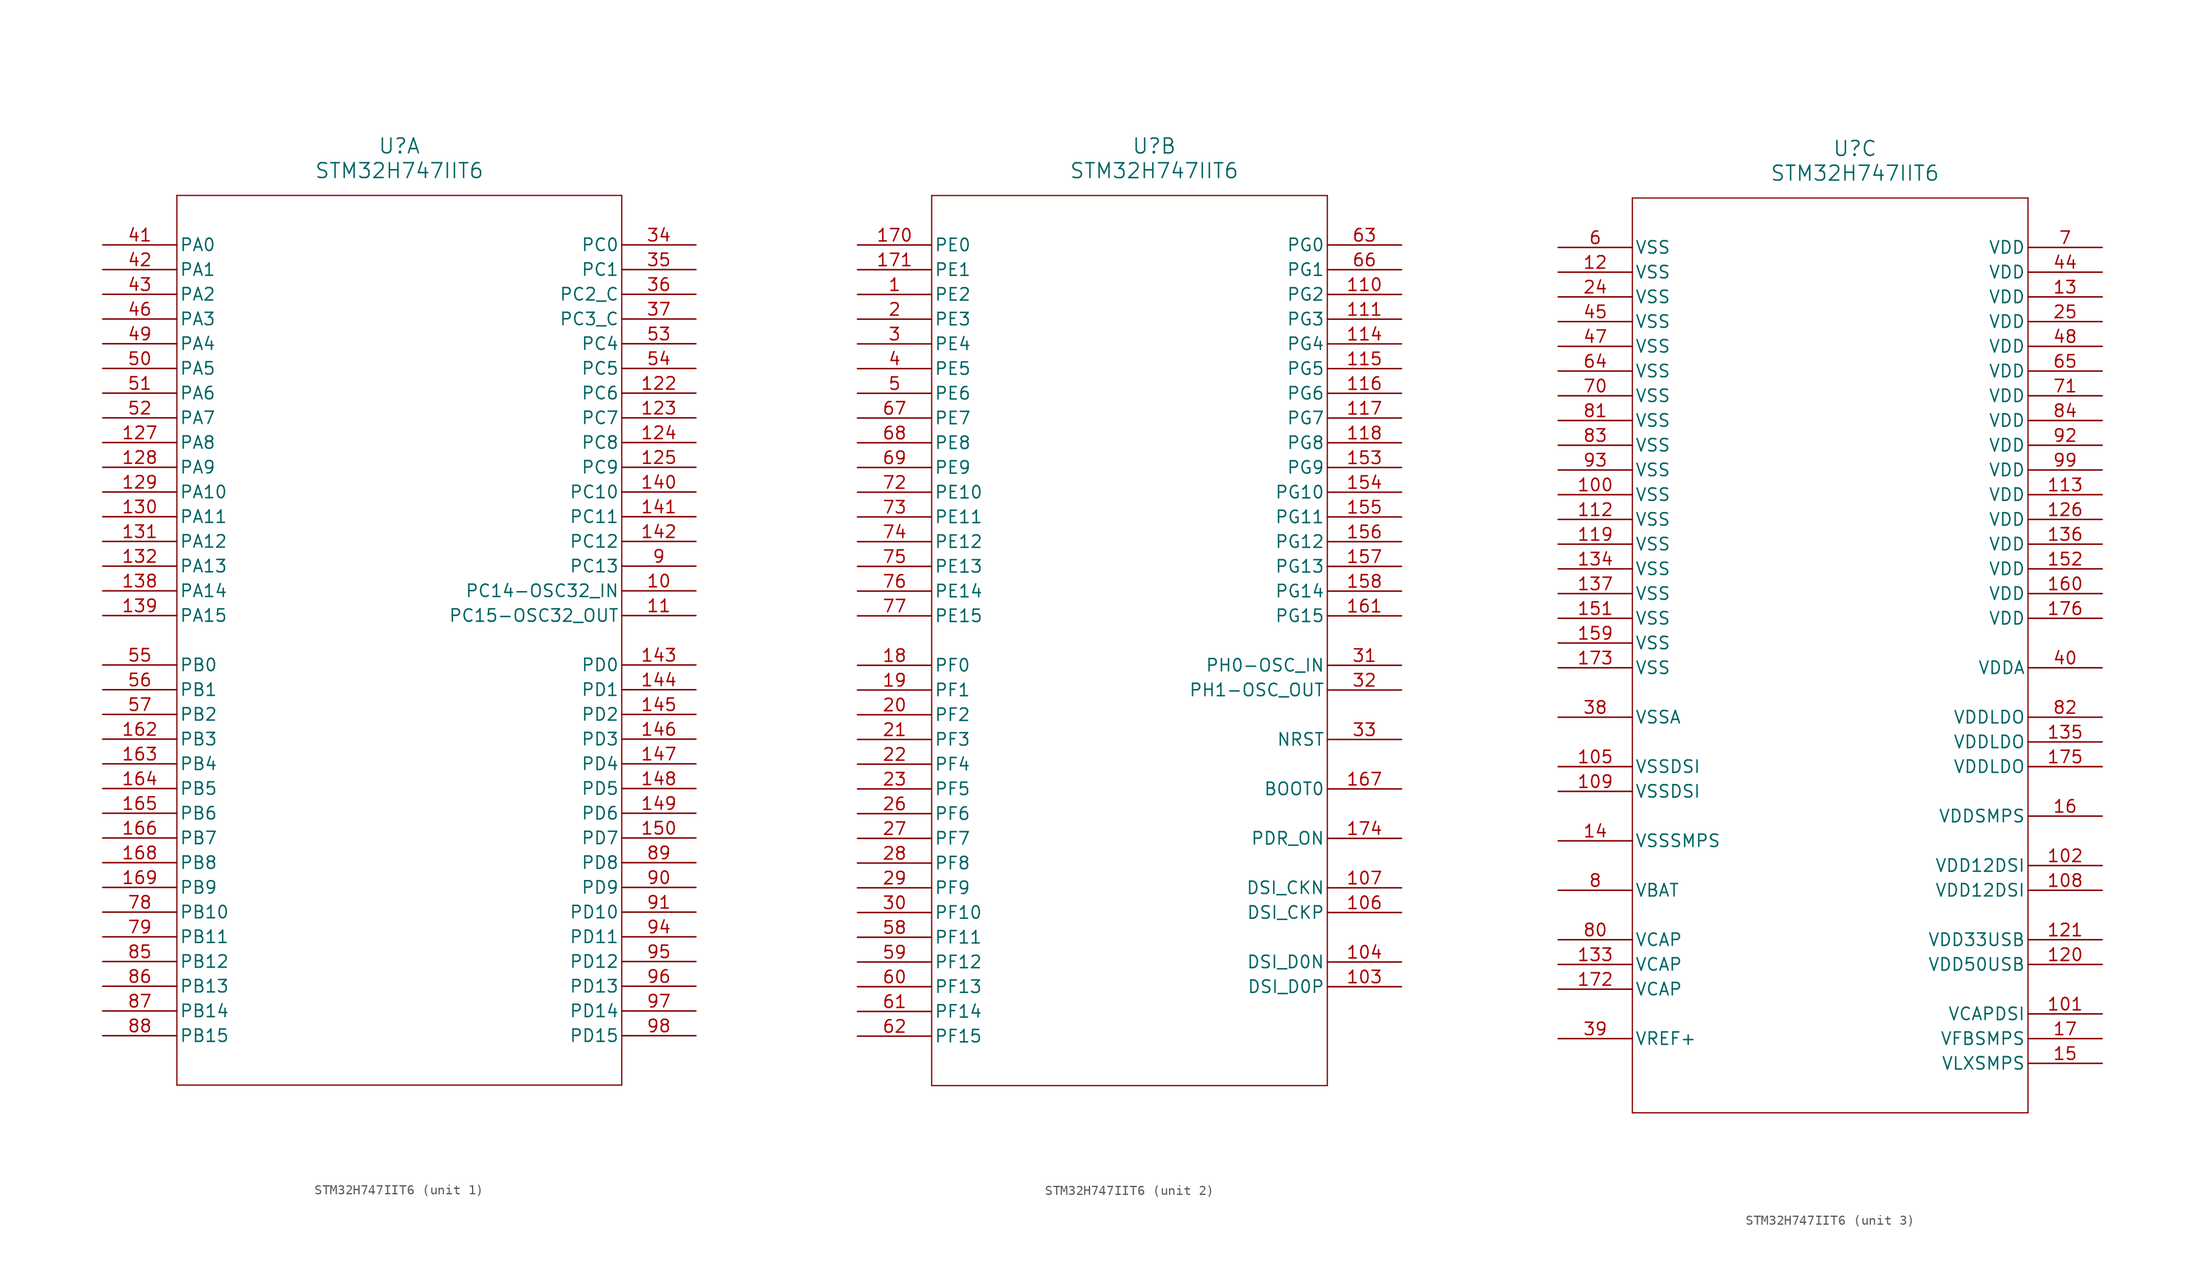
<source format=kicad_sym>
(kicad_symbol_lib
  (version 20211014)
  (generator kicad_symbol_editor)
  (symbol "STM32H747IIT6"
    (pin_names
      (offset 0.254))
    (property "Reference" "U"
      (at 30.48 10.16 0)
      (effects (font (size 1.524 1.524))))
    (property "Value" "STM32H747IIT6"
      (at 30.48 7.62 0)
      (effects (font (size 1.524 1.524))))
    (symbol "STM32H747IIT6_1_1"
      (polyline (pts (xy 7.62 5.08) (xy 7.62 -86.36)) (stroke (width 0.127) (type default) (color 0 0 0 0)) (fill (type none)))
      (polyline (pts (xy 7.62 -86.36) (xy 53.34 -86.36)) (stroke (width 0.127) (type default) (color 0 0 0 0)) (fill (type none)))
      (polyline (pts (xy 53.34 -86.36) (xy 53.34 5.08)) (stroke (width 0.127) (type default) (color 0 0 0 0)) (fill (type none)))
      (polyline (pts (xy 53.34 5.08) (xy 7.62 5.08)) (stroke (width 0.127) (type default) (color 0 0 0 0)) (fill (type none)))
      (pin bidirectional line (at 60.96 -33.02 180) (length 7.62) (name "PC13" (effects (font (size 1.27 1.27)))) (number "9" (effects (font (size 1.27 1.27)))))
      (pin bidirectional line (at 60.96 -35.56 180) (length 7.62) (name "PC14-OSC32_IN" (effects (font (size 1.27 1.27)))) (number "10" (effects (font (size 1.27 1.27)))))
      (pin bidirectional line (at 60.96 -38.1 180) (length 7.62) (name "PC15-OSC32_OUT" (effects (font (size 1.27 1.27)))) (number "11" (effects (font (size 1.27 1.27)))))
      (pin bidirectional line (at 60.96 0 180) (length 7.62) (name "PC0" (effects (font (size 1.27 1.27)))) (number "34" (effects (font (size 1.27 1.27)))))
      (pin bidirectional line (at 60.96 -2.54 180) (length 7.62) (name "PC1" (effects (font (size 1.27 1.27)))) (number "35" (effects (font (size 1.27 1.27)))))
      (pin bidirectional line (at 60.96 -5.08 180) (length 7.62) (name "PC2_C" (effects (font (size 1.27 1.27)))) (number "36" (effects (font (size 1.27 1.27)))))
      (pin bidirectional line (at 60.96 -7.62 180) (length 7.62) (name "PC3_C" (effects (font (size 1.27 1.27)))) (number "37" (effects (font (size 1.27 1.27)))))
      (pin bidirectional line (at 0 0 0) (length 7.62) (name "PA0" (effects (font (size 1.27 1.27)))) (number "41" (effects (font (size 1.27 1.27)))))
      (pin bidirectional line (at 0 -2.54 0) (length 7.62) (name "PA1" (effects (font (size 1.27 1.27)))) (number "42" (effects (font (size 1.27 1.27)))))
      (pin bidirectional line (at 0 -5.08 0) (length 7.62) (name "PA2" (effects (font (size 1.27 1.27)))) (number "43" (effects (font (size 1.27 1.27)))))
      (pin bidirectional line (at 0 -7.62 0) (length 7.62) (name "PA3" (effects (font (size 1.27 1.27)))) (number "46" (effects (font (size 1.27 1.27)))))
      (pin bidirectional line (at 0 -10.16 0) (length 7.62) (name "PA4" (effects (font (size 1.27 1.27)))) (number "49" (effects (font (size 1.27 1.27)))))
      (pin bidirectional line (at 0 -12.7 0) (length 7.62) (name "PA5" (effects (font (size 1.27 1.27)))) (number "50" (effects (font (size 1.27 1.27)))))
      (pin bidirectional line (at 0 -15.24 0) (length 7.62) (name "PA6" (effects (font (size 1.27 1.27)))) (number "51" (effects (font (size 1.27 1.27)))))
      (pin bidirectional line (at 0 -17.78 0) (length 7.62) (name "PA7" (effects (font (size 1.27 1.27)))) (number "52" (effects (font (size 1.27 1.27)))))
      (pin bidirectional line (at 60.96 -10.16 180) (length 7.62) (name "PC4" (effects (font (size 1.27 1.27)))) (number "53" (effects (font (size 1.27 1.27)))))
      (pin bidirectional line (at 60.96 -12.7 180) (length 7.62) (name "PC5" (effects (font (size 1.27 1.27)))) (number "54" (effects (font (size 1.27 1.27)))))
      (pin bidirectional line (at 0 -43.18 0) (length 7.62) (name "PB0" (effects (font (size 1.27 1.27)))) (number "55" (effects (font (size 1.27 1.27)))))
      (pin bidirectional line (at 0 -45.72 0) (length 7.62) (name "PB1" (effects (font (size 1.27 1.27)))) (number "56" (effects (font (size 1.27 1.27)))))
      (pin bidirectional line (at 0 -48.26 0) (length 7.62) (name "PB2" (effects (font (size 1.27 1.27)))) (number "57" (effects (font (size 1.27 1.27)))))
      (pin bidirectional line (at 0 -68.58 0) (length 7.62) (name "PB10" (effects (font (size 1.27 1.27)))) (number "78" (effects (font (size 1.27 1.27)))))
      (pin bidirectional line (at 0 -71.12 0) (length 7.62) (name "PB11" (effects (font (size 1.27 1.27)))) (number "79" (effects (font (size 1.27 1.27)))))
      (pin bidirectional line (at 0 -73.66 0) (length 7.62) (name "PB12" (effects (font (size 1.27 1.27)))) (number "85" (effects (font (size 1.27 1.27)))))
      (pin bidirectional line (at 0 -76.2 0) (length 7.62) (name "PB13" (effects (font (size 1.27 1.27)))) (number "86" (effects (font (size 1.27 1.27)))))
      (pin bidirectional line (at 0 -78.74 0) (length 7.62) (name "PB14" (effects (font (size 1.27 1.27)))) (number "87" (effects (font (size 1.27 1.27)))))
      (pin bidirectional line (at 0 -81.28 0) (length 7.62) (name "PB15" (effects (font (size 1.27 1.27)))) (number "88" (effects (font (size 1.27 1.27)))))
      (pin bidirectional line (at 60.96 -63.5 180) (length 7.62) (name "PD8" (effects (font (size 1.27 1.27)))) (number "89" (effects (font (size 1.27 1.27)))))
      (pin bidirectional line (at 60.96 -66.04 180) (length 7.62) (name "PD9" (effects (font (size 1.27 1.27)))) (number "90" (effects (font (size 1.27 1.27)))))
      (pin bidirectional line (at 60.96 -68.58 180) (length 7.62) (name "PD10" (effects (font (size 1.27 1.27)))) (number "91" (effects (font (size 1.27 1.27)))))
      (pin bidirectional line (at 60.96 -71.12 180) (length 7.62) (name "PD11" (effects (font (size 1.27 1.27)))) (number "94" (effects (font (size 1.27 1.27)))))
      (pin bidirectional line (at 60.96 -73.66 180) (length 7.62) (name "PD12" (effects (font (size 1.27 1.27)))) (number "95" (effects (font (size 1.27 1.27)))))
      (pin bidirectional line (at 60.96 -76.2 180) (length 7.62) (name "PD13" (effects (font (size 1.27 1.27)))) (number "96" (effects (font (size 1.27 1.27)))))
      (pin bidirectional line (at 60.96 -78.74 180) (length 7.62) (name "PD14" (effects (font (size 1.27 1.27)))) (number "97" (effects (font (size 1.27 1.27)))))
      (pin bidirectional line (at 60.96 -81.28 180) (length 7.62) (name "PD15" (effects (font (size 1.27 1.27)))) (number "98" (effects (font (size 1.27 1.27)))))
      (pin bidirectional line (at 60.96 -15.24 180) (length 7.62) (name "PC6" (effects (font (size 1.27 1.27)))) (number "122" (effects (font (size 1.27 1.27)))))
      (pin bidirectional line (at 60.96 -17.78 180) (length 7.62) (name "PC7" (effects (font (size 1.27 1.27)))) (number "123" (effects (font (size 1.27 1.27)))))
      (pin bidirectional line (at 60.96 -20.32 180) (length 7.62) (name "PC8" (effects (font (size 1.27 1.27)))) (number "124" (effects (font (size 1.27 1.27)))))
      (pin bidirectional line (at 60.96 -22.86 180) (length 7.62) (name "PC9" (effects (font (size 1.27 1.27)))) (number "125" (effects (font (size 1.27 1.27)))))
      (pin bidirectional line (at 0 -20.32 0) (length 7.62) (name "PA8" (effects (font (size 1.27 1.27)))) (number "127" (effects (font (size 1.27 1.27)))))
      (pin bidirectional line (at 0 -22.86 0) (length 7.62) (name "PA9" (effects (font (size 1.27 1.27)))) (number "128" (effects (font (size 1.27 1.27)))))
      (pin bidirectional line (at 0 -25.4 0) (length 7.62) (name "PA10" (effects (font (size 1.27 1.27)))) (number "129" (effects (font (size 1.27 1.27)))))
      (pin bidirectional line (at 0 -27.94 0) (length 7.62) (name "PA11" (effects (font (size 1.27 1.27)))) (number "130" (effects (font (size 1.27 1.27)))))
      (pin bidirectional line (at 0 -30.48 0) (length 7.62) (name "PA12" (effects (font (size 1.27 1.27)))) (number "131" (effects (font (size 1.27 1.27)))))
      (pin bidirectional line (at 0 -33.02 0) (length 7.62) (name "PA13" (effects (font (size 1.27 1.27)))) (number "132" (effects (font (size 1.27 1.27)))))
      (pin bidirectional line (at 0 -35.56 0) (length 7.62) (name "PA14" (effects (font (size 1.27 1.27)))) (number "138" (effects (font (size 1.27 1.27)))))
      (pin bidirectional line (at 0 -38.1 0) (length 7.62) (name "PA15" (effects (font (size 1.27 1.27)))) (number "139" (effects (font (size 1.27 1.27)))))
      (pin bidirectional line (at 60.96 -25.4 180) (length 7.62) (name "PC10" (effects (font (size 1.27 1.27)))) (number "140" (effects (font (size 1.27 1.27)))))
      (pin bidirectional line (at 60.96 -27.94 180) (length 7.62) (name "PC11" (effects (font (size 1.27 1.27)))) (number "141" (effects (font (size 1.27 1.27)))))
      (pin bidirectional line (at 60.96 -30.48 180) (length 7.62) (name "PC12" (effects (font (size 1.27 1.27)))) (number "142" (effects (font (size 1.27 1.27)))))
      (pin bidirectional line (at 60.96 -43.18 180) (length 7.62) (name "PD0" (effects (font (size 1.27 1.27)))) (number "143" (effects (font (size 1.27 1.27)))))
      (pin bidirectional line (at 60.96 -45.72 180) (length 7.62) (name "PD1" (effects (font (size 1.27 1.27)))) (number "144" (effects (font (size 1.27 1.27)))))
      (pin bidirectional line (at 60.96 -48.26 180) (length 7.62) (name "PD2" (effects (font (size 1.27 1.27)))) (number "145" (effects (font (size 1.27 1.27)))))
      (pin bidirectional line (at 60.96 -50.8 180) (length 7.62) (name "PD3" (effects (font (size 1.27 1.27)))) (number "146" (effects (font (size 1.27 1.27)))))
      (pin bidirectional line (at 60.96 -53.34 180) (length 7.62) (name "PD4" (effects (font (size 1.27 1.27)))) (number "147" (effects (font (size 1.27 1.27)))))
      (pin bidirectional line (at 60.96 -55.88 180) (length 7.62) (name "PD5" (effects (font (size 1.27 1.27)))) (number "148" (effects (font (size 1.27 1.27)))))
      (pin bidirectional line (at 60.96 -58.42 180) (length 7.62) (name "PD6" (effects (font (size 1.27 1.27)))) (number "149" (effects (font (size 1.27 1.27)))))
      (pin bidirectional line (at 60.96 -60.96 180) (length 7.62) (name "PD7" (effects (font (size 1.27 1.27)))) (number "150" (effects (font (size 1.27 1.27)))))
      (pin bidirectional line (at 0 -50.8 0) (length 7.62) (name "PB3" (effects (font (size 1.27 1.27)))) (number "162" (effects (font (size 1.27 1.27)))))
      (pin bidirectional line (at 0 -53.34 0) (length 7.62) (name "PB4" (effects (font (size 1.27 1.27)))) (number "163" (effects (font (size 1.27 1.27)))))
      (pin bidirectional line (at 0 -55.88 0) (length 7.62) (name "PB5" (effects (font (size 1.27 1.27)))) (number "164" (effects (font (size 1.27 1.27)))))
      (pin bidirectional line (at 0 -58.42 0) (length 7.62) (name "PB6" (effects (font (size 1.27 1.27)))) (number "165" (effects (font (size 1.27 1.27)))))
      (pin bidirectional line (at 0 -60.96 0) (length 7.62) (name "PB7" (effects (font (size 1.27 1.27)))) (number "166" (effects (font (size 1.27 1.27)))))
      (pin bidirectional line (at 0 -63.5 0) (length 7.62) (name "PB8" (effects (font (size 1.27 1.27)))) (number "168" (effects (font (size 1.27 1.27)))))
      (pin bidirectional line (at 0 -66.04 0) (length 7.62) (name "PB9" (effects (font (size 1.27 1.27)))) (number "169" (effects (font (size 1.27 1.27))))))
    (symbol "STM32H747IIT6_2_1"
      (polyline (pts (xy 7.62 5.08) (xy 7.62 -86.36)) (stroke (width 0.127) (type default) (color 0 0 0 0)) (fill (type none)))
      (polyline (pts (xy 7.62 -86.36) (xy 48.26 -86.36)) (stroke (width 0.127) (type default) (color 0 0 0 0)) (fill (type none)))
      (polyline (pts (xy 48.26 -86.36) (xy 48.26 5.08)) (stroke (width 0.127) (type default) (color 0 0 0 0)) (fill (type none)))
      (polyline (pts (xy 48.26 5.08) (xy 7.62 5.08)) (stroke (width 0.127) (type default) (color 0 0 0 0)) (fill (type none)))
      (pin bidirectional line (at 0 -5.08 0) (length 7.62) (name "PE2" (effects (font (size 1.27 1.27)))) (number "1" (effects (font (size 1.27 1.27)))))
      (pin bidirectional line (at 0 -7.62 0) (length 7.62) (name "PE3" (effects (font (size 1.27 1.27)))) (number "2" (effects (font (size 1.27 1.27)))))
      (pin bidirectional line (at 0 -10.16 0) (length 7.62) (name "PE4" (effects (font (size 1.27 1.27)))) (number "3" (effects (font (size 1.27 1.27)))))
      (pin bidirectional line (at 0 -12.7 0) (length 7.62) (name "PE5" (effects (font (size 1.27 1.27)))) (number "4" (effects (font (size 1.27 1.27)))))
      (pin bidirectional line (at 0 -15.24 0) (length 7.62) (name "PE6" (effects (font (size 1.27 1.27)))) (number "5" (effects (font (size 1.27 1.27)))))
      (pin bidirectional line (at 0 -43.18 0) (length 7.62) (name "PF0" (effects (font (size 1.27 1.27)))) (number "18" (effects (font (size 1.27 1.27)))))
      (pin bidirectional line (at 0 -45.72 0) (length 7.62) (name "PF1" (effects (font (size 1.27 1.27)))) (number "19" (effects (font (size 1.27 1.27)))))
      (pin bidirectional line (at 0 -48.26 0) (length 7.62) (name "PF2" (effects (font (size 1.27 1.27)))) (number "20" (effects (font (size 1.27 1.27)))))
      (pin bidirectional line (at 0 -50.8 0) (length 7.62) (name "PF3" (effects (font (size 1.27 1.27)))) (number "21" (effects (font (size 1.27 1.27)))))
      (pin bidirectional line (at 0 -53.34 0) (length 7.62) (name "PF4" (effects (font (size 1.27 1.27)))) (number "22" (effects (font (size 1.27 1.27)))))
      (pin bidirectional line (at 0 -55.88 0) (length 7.62) (name "PF5" (effects (font (size 1.27 1.27)))) (number "23" (effects (font (size 1.27 1.27)))))
      (pin bidirectional line (at 0 -58.42 0) (length 7.62) (name "PF6" (effects (font (size 1.27 1.27)))) (number "26" (effects (font (size 1.27 1.27)))))
      (pin bidirectional line (at 0 -60.96 0) (length 7.62) (name "PF7" (effects (font (size 1.27 1.27)))) (number "27" (effects (font (size 1.27 1.27)))))
      (pin bidirectional line (at 0 -63.5 0) (length 7.62) (name "PF8" (effects (font (size 1.27 1.27)))) (number "28" (effects (font (size 1.27 1.27)))))
      (pin bidirectional line (at 0 -66.04 0) (length 7.62) (name "PF9" (effects (font (size 1.27 1.27)))) (number "29" (effects (font (size 1.27 1.27)))))
      (pin bidirectional line (at 0 -68.58 0) (length 7.62) (name "PF10" (effects (font (size 1.27 1.27)))) (number "30" (effects (font (size 1.27 1.27)))))
      (pin bidirectional line (at 55.88 -43.18 180) (length 7.62) (name "PH0-OSC_IN" (effects (font (size 1.27 1.27)))) (number "31" (effects (font (size 1.27 1.27)))))
      (pin bidirectional line (at 55.88 -45.72 180) (length 7.62) (name "PH1-OSC_OUT" (effects (font (size 1.27 1.27)))) (number "32" (effects (font (size 1.27 1.27)))))
      (pin bidirectional line (at 55.88 -50.8 180) (length 7.62) (name "NRST" (effects (font (size 1.27 1.27)))) (number "33" (effects (font (size 1.27 1.27)))))
      (pin bidirectional line (at 0 -71.12 0) (length 7.62) (name "PF11" (effects (font (size 1.27 1.27)))) (number "58" (effects (font (size 1.27 1.27)))))
      (pin bidirectional line (at 0 -73.66 0) (length 7.62) (name "PF12" (effects (font (size 1.27 1.27)))) (number "59" (effects (font (size 1.27 1.27)))))
      (pin bidirectional line (at 0 -76.2 0) (length 7.62) (name "PF13" (effects (font (size 1.27 1.27)))) (number "60" (effects (font (size 1.27 1.27)))))
      (pin bidirectional line (at 0 -78.74 0) (length 7.62) (name "PF14" (effects (font (size 1.27 1.27)))) (number "61" (effects (font (size 1.27 1.27)))))
      (pin bidirectional line (at 0 -81.28 0) (length 7.62) (name "PF15" (effects (font (size 1.27 1.27)))) (number "62" (effects (font (size 1.27 1.27)))))
      (pin bidirectional line (at 55.88 0 180) (length 7.62) (name "PG0" (effects (font (size 1.27 1.27)))) (number "63" (effects (font (size 1.27 1.27)))))
      (pin bidirectional line (at 55.88 -2.54 180) (length 7.62) (name "PG1" (effects (font (size 1.27 1.27)))) (number "66" (effects (font (size 1.27 1.27)))))
      (pin bidirectional line (at 0 -17.78 0) (length 7.62) (name "PE7" (effects (font (size 1.27 1.27)))) (number "67" (effects (font (size 1.27 1.27)))))
      (pin bidirectional line (at 0 -20.32 0) (length 7.62) (name "PE8" (effects (font (size 1.27 1.27)))) (number "68" (effects (font (size 1.27 1.27)))))
      (pin bidirectional line (at 0 -22.86 0) (length 7.62) (name "PE9" (effects (font (size 1.27 1.27)))) (number "69" (effects (font (size 1.27 1.27)))))
      (pin bidirectional line (at 0 -25.4 0) (length 7.62) (name "PE10" (effects (font (size 1.27 1.27)))) (number "72" (effects (font (size 1.27 1.27)))))
      (pin bidirectional line (at 0 -27.94 0) (length 7.62) (name "PE11" (effects (font (size 1.27 1.27)))) (number "73" (effects (font (size 1.27 1.27)))))
      (pin bidirectional line (at 0 -30.48 0) (length 7.62) (name "PE12" (effects (font (size 1.27 1.27)))) (number "74" (effects (font (size 1.27 1.27)))))
      (pin bidirectional line (at 0 -33.02 0) (length 7.62) (name "PE13" (effects (font (size 1.27 1.27)))) (number "75" (effects (font (size 1.27 1.27)))))
      (pin bidirectional line (at 0 -35.56 0) (length 7.62) (name "PE14" (effects (font (size 1.27 1.27)))) (number "76" (effects (font (size 1.27 1.27)))))
      (pin bidirectional line (at 0 -38.1 0) (length 7.62) (name "PE15" (effects (font (size 1.27 1.27)))) (number "77" (effects (font (size 1.27 1.27)))))
      (pin bidirectional line (at 55.88 -76.2 180) (length 7.62) (name "DSI_D0P" (effects (font (size 1.27 1.27)))) (number "103" (effects (font (size 1.27 1.27)))))
      (pin bidirectional line (at 55.88 -73.66 180) (length 7.62) (name "DSI_D0N" (effects (font (size 1.27 1.27)))) (number "104" (effects (font (size 1.27 1.27)))))
      (pin bidirectional line (at 55.88 -68.58 180) (length 7.62) (name "DSI_CKP" (effects (font (size 1.27 1.27)))) (number "106" (effects (font (size 1.27 1.27)))))
      (pin bidirectional line (at 55.88 -66.04 180) (length 7.62) (name "DSI_CKN" (effects (font (size 1.27 1.27)))) (number "107" (effects (font (size 1.27 1.27)))))
      (pin bidirectional line (at 55.88 -5.08 180) (length 7.62) (name "PG2" (effects (font (size 1.27 1.27)))) (number "110" (effects (font (size 1.27 1.27)))))
      (pin bidirectional line (at 55.88 -7.62 180) (length 7.62) (name "PG3" (effects (font (size 1.27 1.27)))) (number "111" (effects (font (size 1.27 1.27)))))
      (pin bidirectional line (at 55.88 -10.16 180) (length 7.62) (name "PG4" (effects (font (size 1.27 1.27)))) (number "114" (effects (font (size 1.27 1.27)))))
      (pin bidirectional line (at 55.88 -12.7 180) (length 7.62) (name "PG5" (effects (font (size 1.27 1.27)))) (number "115" (effects (font (size 1.27 1.27)))))
      (pin bidirectional line (at 55.88 -15.24 180) (length 7.62) (name "PG6" (effects (font (size 1.27 1.27)))) (number "116" (effects (font (size 1.27 1.27)))))
      (pin bidirectional line (at 55.88 -17.78 180) (length 7.62) (name "PG7" (effects (font (size 1.27 1.27)))) (number "117" (effects (font (size 1.27 1.27)))))
      (pin bidirectional line (at 55.88 -20.32 180) (length 7.62) (name "PG8" (effects (font (size 1.27 1.27)))) (number "118" (effects (font (size 1.27 1.27)))))
      (pin bidirectional line (at 55.88 -22.86 180) (length 7.62) (name "PG9" (effects (font (size 1.27 1.27)))) (number "153" (effects (font (size 1.27 1.27)))))
      (pin bidirectional line (at 55.88 -25.4 180) (length 7.62) (name "PG10" (effects (font (size 1.27 1.27)))) (number "154" (effects (font (size 1.27 1.27)))))
      (pin bidirectional line (at 55.88 -27.94 180) (length 7.62) (name "PG11" (effects (font (size 1.27 1.27)))) (number "155" (effects (font (size 1.27 1.27)))))
      (pin bidirectional line (at 55.88 -30.48 180) (length 7.62) (name "PG12" (effects (font (size 1.27 1.27)))) (number "156" (effects (font (size 1.27 1.27)))))
      (pin bidirectional line (at 55.88 -33.02 180) (length 7.62) (name "PG13" (effects (font (size 1.27 1.27)))) (number "157" (effects (font (size 1.27 1.27)))))
      (pin bidirectional line (at 55.88 -35.56 180) (length 7.62) (name "PG14" (effects (font (size 1.27 1.27)))) (number "158" (effects (font (size 1.27 1.27)))))
      (pin bidirectional line (at 55.88 -38.1 180) (length 7.62) (name "PG15" (effects (font (size 1.27 1.27)))) (number "161" (effects (font (size 1.27 1.27)))))
      (pin input line (at 55.88 -55.88 180) (length 7.62) (name "BOOT0" (effects (font (size 1.27 1.27)))) (number "167" (effects (font (size 1.27 1.27)))))
      (pin bidirectional line (at 0 0 0) (length 7.62) (name "PE0" (effects (font (size 1.27 1.27)))) (number "170" (effects (font (size 1.27 1.27)))))
      (pin bidirectional line (at 0 -2.54 0) (length 7.62) (name "PE1" (effects (font (size 1.27 1.27)))) (number "171" (effects (font (size 1.27 1.27)))))
      (pin bidirectional line (at 55.88 -60.96 180) (length 7.62) (name "PDR_ON" (effects (font (size 1.27 1.27)))) (number "174" (effects (font (size 1.27 1.27))))))
    (symbol "STM32H747IIT6_3_1"
      (polyline (pts (xy 7.62 5.08) (xy 7.62 -88.9)) (stroke (width 0.127) (type default) (color 0 0 0 0)) (fill (type none)))
      (polyline (pts (xy 7.62 -88.9) (xy 48.26 -88.9)) (stroke (width 0.127) (type default) (color 0 0 0 0)) (fill (type none)))
      (polyline (pts (xy 48.26 -88.9) (xy 48.26 5.08)) (stroke (width 0.127) (type default) (color 0 0 0 0)) (fill (type none)))
      (polyline (pts (xy 48.26 5.08) (xy 7.62 5.08)) (stroke (width 0.127) (type default) (color 0 0 0 0)) (fill (type none)))
      (pin power_in line (at 0 0 0) (length 7.62) (name "VSS" (effects (font (size 1.27 1.27)))) (number "6" (effects (font (size 1.27 1.27)))))
      (pin power_in line (at 55.88 0 180) (length 7.62) (name "VDD" (effects (font (size 1.27 1.27)))) (number "7" (effects (font (size 1.27 1.27)))))
      (pin power_in line (at 0 -66.04 0) (length 7.62) (name "VBAT" (effects (font (size 1.27 1.27)))) (number "8" (effects (font (size 1.27 1.27)))))
      (pin power_in line (at 0 -2.54 0) (length 7.62) (name "VSS" (effects (font (size 1.27 1.27)))) (number "12" (effects (font (size 1.27 1.27)))))
      (pin power_in line (at 55.88 -5.08 180) (length 7.62) (name "VDD" (effects (font (size 1.27 1.27)))) (number "13" (effects (font (size 1.27 1.27)))))
      (pin power_in line (at 0 -60.96 0) (length 7.62) (name "VSSSMPS" (effects (font (size 1.27 1.27)))) (number "14" (effects (font (size 1.27 1.27)))))
      (pin power_in line (at 55.88 -83.82 180) (length 7.62) (name "VLXSMPS" (effects (font (size 1.27 1.27)))) (number "15" (effects (font (size 1.27 1.27)))))
      (pin power_in line (at 55.88 -58.42 180) (length 7.62) (name "VDDSMPS" (effects (font (size 1.27 1.27)))) (number "16" (effects (font (size 1.27 1.27)))))
      (pin power_in line (at 55.88 -81.28 180) (length 7.62) (name "VFBSMPS" (effects (font (size 1.27 1.27)))) (number "17" (effects (font (size 1.27 1.27)))))
      (pin power_in line (at 0 -5.08 0) (length 7.62) (name "VSS" (effects (font (size 1.27 1.27)))) (number "24" (effects (font (size 1.27 1.27)))))
      (pin power_in line (at 55.88 -7.62 180) (length 7.62) (name "VDD" (effects (font (size 1.27 1.27)))) (number "25" (effects (font (size 1.27 1.27)))))
      (pin power_in line (at 0 -48.26 0) (length 7.62) (name "VSSA" (effects (font (size 1.27 1.27)))) (number "38" (effects (font (size 1.27 1.27)))))
      (pin power_in line (at 0 -81.28 0) (length 7.62) (name "VREF+" (effects (font (size 1.27 1.27)))) (number "39" (effects (font (size 1.27 1.27)))))
      (pin power_in line (at 55.88 -43.18 180) (length 7.62) (name "VDDA" (effects (font (size 1.27 1.27)))) (number "40" (effects (font (size 1.27 1.27)))))
      (pin power_in line (at 55.88 -2.54 180) (length 7.62) (name "VDD" (effects (font (size 1.27 1.27)))) (number "44" (effects (font (size 1.27 1.27)))))
      (pin power_in line (at 0 -7.62 0) (length 7.62) (name "VSS" (effects (font (size 1.27 1.27)))) (number "45" (effects (font (size 1.27 1.27)))))
      (pin power_in line (at 0 -10.16 0) (length 7.62) (name "VSS" (effects (font (size 1.27 1.27)))) (number "47" (effects (font (size 1.27 1.27)))))
      (pin power_in line (at 55.88 -10.16 180) (length 7.62) (name "VDD" (effects (font (size 1.27 1.27)))) (number "48" (effects (font (size 1.27 1.27)))))
      (pin power_in line (at 0 -12.7 0) (length 7.62) (name "VSS" (effects (font (size 1.27 1.27)))) (number "64" (effects (font (size 1.27 1.27)))))
      (pin power_in line (at 55.88 -12.7 180) (length 7.62) (name "VDD" (effects (font (size 1.27 1.27)))) (number "65" (effects (font (size 1.27 1.27)))))
      (pin power_in line (at 0 -15.24 0) (length 7.62) (name "VSS" (effects (font (size 1.27 1.27)))) (number "70" (effects (font (size 1.27 1.27)))))
      (pin power_in line (at 55.88 -15.24 180) (length 7.62) (name "VDD" (effects (font (size 1.27 1.27)))) (number "71" (effects (font (size 1.27 1.27)))))
      (pin power_in line (at 0 -71.12 0) (length 7.62) (name "VCAP" (effects (font (size 1.27 1.27)))) (number "80" (effects (font (size 1.27 1.27)))))
      (pin power_in line (at 0 -17.78 0) (length 7.62) (name "VSS" (effects (font (size 1.27 1.27)))) (number "81" (effects (font (size 1.27 1.27)))))
      (pin power_in line (at 55.88 -48.26 180) (length 7.62) (name "VDDLDO" (effects (font (size 1.27 1.27)))) (number "82" (effects (font (size 1.27 1.27)))))
      (pin power_in line (at 0 -20.32 0) (length 7.62) (name "VSS" (effects (font (size 1.27 1.27)))) (number "83" (effects (font (size 1.27 1.27)))))
      (pin power_in line (at 55.88 -17.78 180) (length 7.62) (name "VDD" (effects (font (size 1.27 1.27)))) (number "84" (effects (font (size 1.27 1.27)))))
      (pin power_in line (at 55.88 -20.32 180) (length 7.62) (name "VDD" (effects (font (size 1.27 1.27)))) (number "92" (effects (font (size 1.27 1.27)))))
      (pin power_in line (at 0 -22.86 0) (length 7.62) (name "VSS" (effects (font (size 1.27 1.27)))) (number "93" (effects (font (size 1.27 1.27)))))
      (pin power_in line (at 55.88 -22.86 180) (length 7.62) (name "VDD" (effects (font (size 1.27 1.27)))) (number "99" (effects (font (size 1.27 1.27)))))
      (pin power_in line (at 0 -25.4 0) (length 7.62) (name "VSS" (effects (font (size 1.27 1.27)))) (number "100" (effects (font (size 1.27 1.27)))))
      (pin power_in line (at 55.88 -78.74 180) (length 7.62) (name "VCAPDSI" (effects (font (size 1.27 1.27)))) (number "101" (effects (font (size 1.27 1.27)))))
      (pin power_in line (at 55.88 -63.5 180) (length 7.62) (name "VDD12DSI" (effects (font (size 1.27 1.27)))) (number "102" (effects (font (size 1.27 1.27)))))
      (pin power_in line (at 0 -53.34 0) (length 7.62) (name "VSSDSI" (effects (font (size 1.27 1.27)))) (number "105" (effects (font (size 1.27 1.27)))))
      (pin power_in line (at 55.88 -66.04 180) (length 7.62) (name "VDD12DSI" (effects (font (size 1.27 1.27)))) (number "108" (effects (font (size 1.27 1.27)))))
      (pin power_in line (at 0 -55.88 0) (length 7.62) (name "VSSDSI" (effects (font (size 1.27 1.27)))) (number "109" (effects (font (size 1.27 1.27)))))
      (pin power_in line (at 0 -27.94 0) (length 7.62) (name "VSS" (effects (font (size 1.27 1.27)))) (number "112" (effects (font (size 1.27 1.27)))))
      (pin power_in line (at 55.88 -25.4 180) (length 7.62) (name "VDD" (effects (font (size 1.27 1.27)))) (number "113" (effects (font (size 1.27 1.27)))))
      (pin power_in line (at 0 -30.48 0) (length 7.62) (name "VSS" (effects (font (size 1.27 1.27)))) (number "119" (effects (font (size 1.27 1.27)))))
      (pin power_in line (at 55.88 -73.66 180) (length 7.62) (name "VDD50USB" (effects (font (size 1.27 1.27)))) (number "120" (effects (font (size 1.27 1.27)))))
      (pin power_in line (at 55.88 -71.12 180) (length 7.62) (name "VDD33USB" (effects (font (size 1.27 1.27)))) (number "121" (effects (font (size 1.27 1.27)))))
      (pin power_in line (at 55.88 -27.94 180) (length 7.62) (name "VDD" (effects (font (size 1.27 1.27)))) (number "126" (effects (font (size 1.27 1.27)))))
      (pin power_in line (at 0 -73.66 0) (length 7.62) (name "VCAP" (effects (font (size 1.27 1.27)))) (number "133" (effects (font (size 1.27 1.27)))))
      (pin power_in line (at 0 -33.02 0) (length 7.62) (name "VSS" (effects (font (size 1.27 1.27)))) (number "134" (effects (font (size 1.27 1.27)))))
      (pin power_in line (at 55.88 -50.8 180) (length 7.62) (name "VDDLDO" (effects (font (size 1.27 1.27)))) (number "135" (effects (font (size 1.27 1.27)))))
      (pin power_in line (at 55.88 -30.48 180) (length 7.62) (name "VDD" (effects (font (size 1.27 1.27)))) (number "136" (effects (font (size 1.27 1.27)))))
      (pin power_in line (at 0 -35.56 0) (length 7.62) (name "VSS" (effects (font (size 1.27 1.27)))) (number "137" (effects (font (size 1.27 1.27)))))
      (pin power_in line (at 0 -38.1 0) (length 7.62) (name "VSS" (effects (font (size 1.27 1.27)))) (number "151" (effects (font (size 1.27 1.27)))))
      (pin power_in line (at 55.88 -33.02 180) (length 7.62) (name "VDD" (effects (font (size 1.27 1.27)))) (number "152" (effects (font (size 1.27 1.27)))))
      (pin power_in line (at 0 -40.64 0) (length 7.62) (name "VSS" (effects (font (size 1.27 1.27)))) (number "159" (effects (font (size 1.27 1.27)))))
      (pin power_in line (at 55.88 -35.56 180) (length 7.62) (name "VDD" (effects (font (size 1.27 1.27)))) (number "160" (effects (font (size 1.27 1.27)))))
      (pin power_in line (at 0 -76.2 0) (length 7.62) (name "VCAP" (effects (font (size 1.27 1.27)))) (number "172" (effects (font (size 1.27 1.27)))))
      (pin power_in line (at 0 -43.18 0) (length 7.62) (name "VSS" (effects (font (size 1.27 1.27)))) (number "173" (effects (font (size 1.27 1.27)))))
      (pin power_in line (at 55.88 -53.34 180) (length 7.62) (name "VDDLDO" (effects (font (size 1.27 1.27)))) (number "175" (effects (font (size 1.27 1.27)))))
      (pin power_in line (at 55.88 -38.1 180) (length 7.62) (name "VDD" (effects (font (size 1.27 1.27)))) (number "176" (effects (font (size 1.27 1.27))))))))
</source>
